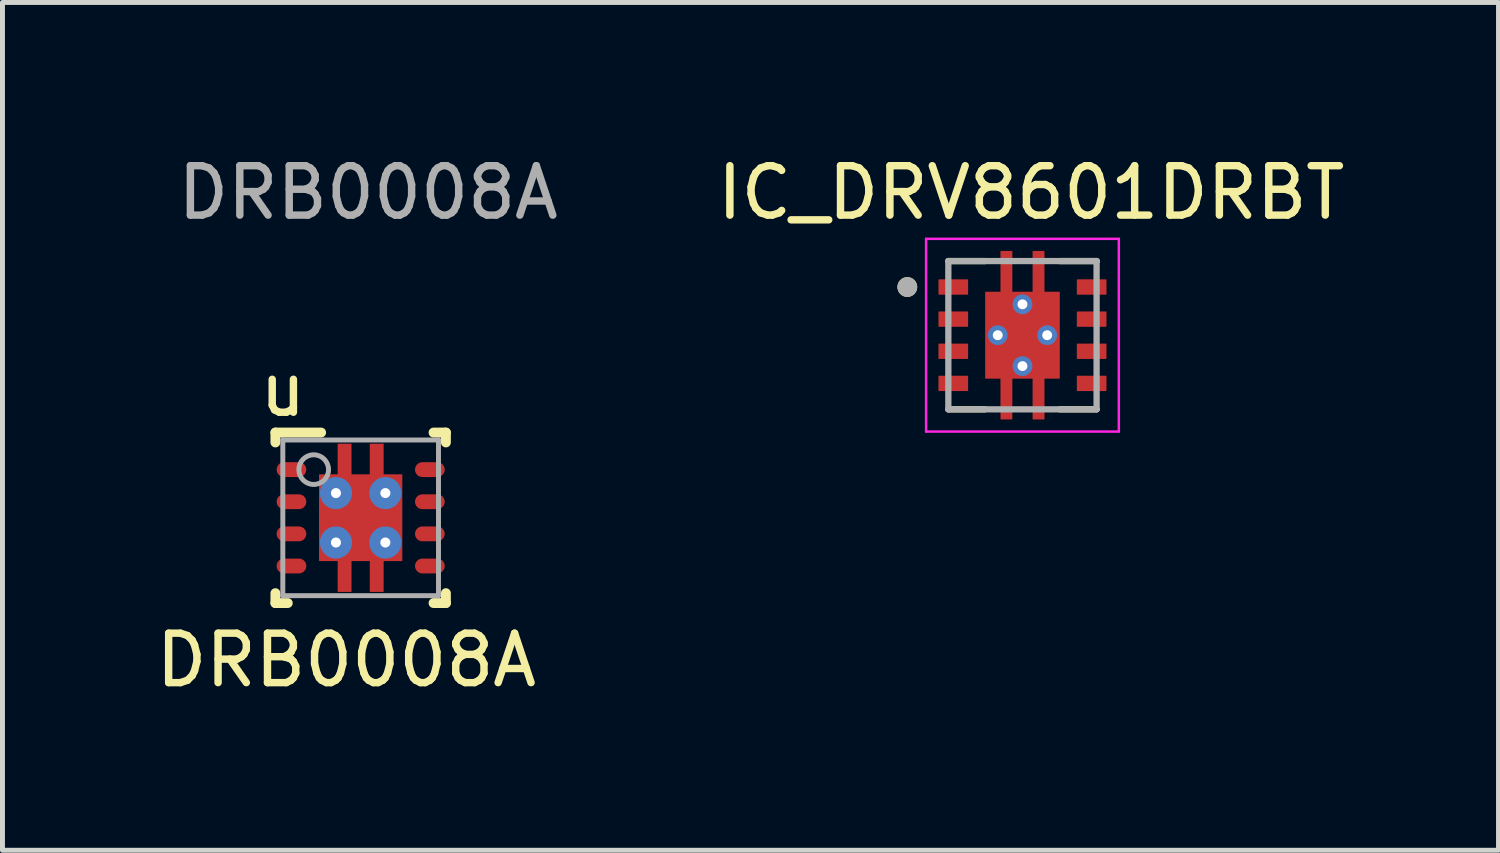
<source format=kicad_pcb>
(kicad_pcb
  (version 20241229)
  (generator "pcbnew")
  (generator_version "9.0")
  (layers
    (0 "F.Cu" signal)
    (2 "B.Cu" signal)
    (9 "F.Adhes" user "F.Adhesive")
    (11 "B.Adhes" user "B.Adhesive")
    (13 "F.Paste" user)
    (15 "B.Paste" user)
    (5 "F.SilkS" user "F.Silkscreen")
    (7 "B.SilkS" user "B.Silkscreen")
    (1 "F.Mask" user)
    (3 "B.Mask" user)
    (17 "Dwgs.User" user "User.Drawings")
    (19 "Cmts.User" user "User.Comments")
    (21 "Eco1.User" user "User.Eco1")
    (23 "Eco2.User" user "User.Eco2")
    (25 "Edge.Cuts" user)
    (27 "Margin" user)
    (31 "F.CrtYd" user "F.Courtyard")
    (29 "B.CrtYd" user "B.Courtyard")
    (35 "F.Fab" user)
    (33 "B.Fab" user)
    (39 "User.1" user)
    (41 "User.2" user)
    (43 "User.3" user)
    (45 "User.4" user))
  (footprint "IC_DRV8601DRBT"
    (layer "F.Cu")
    (at 17.64 3.733)
    (property "Reference" "IC_DRV8601DRBT" (at 0.175 -2.885 0) (layer "F.SilkS") (effects (font (size 1 1) (thickness 0.15))))
    (attr smd)
    (fp_poly (pts (xy -1.77 -1.2) (xy -1.03 -1.2) (xy -1.03 -0.75) (xy -1.77 -0.75)) (stroke (width 0.01) (type solid)) (fill yes) (layer "F.Mask"))
    (fp_poly (pts (xy -1.77 -0.55) (xy -1.03 -0.55) (xy -1.03 -0.1) (xy -1.77 -0.1)) (stroke (width 0.01) (type solid)) (fill yes) (layer "F.Mask"))
    (fp_poly (pts (xy -1.77 0.1) (xy -1.03 0.1) (xy -1.03 0.55) (xy -1.77 0.55)) (stroke (width 0.01) (type solid)) (fill yes) (layer "F.Mask"))
    (fp_poly (pts (xy -1.77 0.75) (xy -1.03 0.75) (xy -1.03 1.2) (xy -1.77 1.2)) (stroke (width 0.01) (type solid)) (fill yes) (layer "F.Mask"))
    (fp_poly (pts (xy 1.03 -1.2) (xy 1.77 -1.2) (xy 1.77 -0.75) (xy 1.03 -0.75)) (stroke (width 0.01) (type solid)) (fill yes) (layer "F.Mask"))
    (fp_poly (pts (xy 1.03 -0.55) (xy 1.77 -0.55) (xy 1.77 -0.1) (xy 1.03 -0.1)) (stroke (width 0.01) (type solid)) (fill yes) (layer "F.Mask"))
    (fp_poly (pts (xy 1.03 0.1) (xy 1.77 0.1) (xy 1.77 0.55) (xy 1.03 0.55)) (stroke (width 0.01) (type solid)) (fill yes) (layer "F.Mask"))
    (fp_poly (pts (xy 1.03 0.75) (xy 1.77 0.75) (xy 1.77 1.2) (xy 1.03 1.2)) (stroke (width 0.01) (type solid)) (fill yes) (layer "F.Mask"))
    (fp_poly (pts (xy -0.82 -0.945) (xy -0.51 -0.945) (xy -0.51 -1.77) (xy -0.14 -1.77) (xy -0.14 -0.945) (xy 0.14 -0.945) (xy 0.14 -1.77) (xy 0.51 -1.77) (xy 0.51 -0.945) (xy 0.82 -0.945) (xy 0.82 0.945) (xy 0.51 0.945) (xy 0.51 1.77) (xy 0.14 1.77) (xy 0.14 0.945) (xy -0.14 0.945) (xy -0.14 1.77) (xy -0.51 1.77) (xy -0.51 0.945) (xy -0.82 0.945)) (stroke (width 0.01) (type solid)) (fill yes) (layer "F.Mask"))
    (fp_line (start -1.5 -1.5) (end -0.76 -1.5) (stroke (width 0.127) (type solid)) (layer "F.SilkS"))
    (fp_line (start -1.5 1.5) (end -0.76 1.5) (stroke (width 0.127) (type solid)) (layer "F.SilkS"))
    (fp_line (start 0.76 -1.5) (end 1.5 -1.5) (stroke (width 0.127) (type solid)) (layer "F.SilkS"))
    (fp_line (start 0.76 1.5) (end 1.5 1.5) (stroke (width 0.127) (type solid)) (layer "F.SilkS"))
    (fp_circle (center -2.33 -0.975) (end -2.23 -0.975) (stroke (width 0.2) (type solid)) (fill no) (layer "F.SilkS"))
    (fp_poly (pts (xy -0.67 -0.775) (xy 0.67 -0.775) (xy 0.67 0.775) (xy -0.67 0.775)) (stroke (width 0.01) (type solid)) (fill yes) (layer "F.Paste"))
    (fp_poly (pts (xy -0.44 -1.7) (xy -0.21 -1.7) (xy -0.21 -0.975) (xy -0.44 -0.975)) (stroke (width 0.01) (type solid)) (fill yes) (layer "F.Paste"))
    (fp_poly (pts (xy -0.21 1.7) (xy -0.44 1.7) (xy -0.44 0.975) (xy -0.21 0.975)) (stroke (width 0.01) (type solid)) (fill yes) (layer "F.Paste"))
    (fp_poly (pts (xy 0.21 -1.7) (xy 0.44 -1.7) (xy 0.44 -0.975) (xy 0.21 -0.975)) (stroke (width 0.01) (type solid)) (fill yes) (layer "F.Paste"))
    (fp_poly (pts (xy 0.44 1.7) (xy 0.21 1.7) (xy 0.21 0.975) (xy 0.44 0.975)) (stroke (width 0.01) (type solid)) (fill yes) (layer "F.Paste"))
    (fp_line (start -1.95 -1.95) (end -1.95 1.95) (stroke (width 0.05) (type solid)) (layer "F.CrtYd"))
    (fp_line (start -1.95 -1.95) (end 1.95 -1.95) (stroke (width 0.05) (type solid)) (layer "F.CrtYd"))
    (fp_line (start -1.95 1.95) (end 1.95 1.95) (stroke (width 0.05) (type solid)) (layer "F.CrtYd"))
    (fp_line (start 1.95 -1.95) (end 1.95 1.95) (stroke (width 0.05) (type solid)) (layer "F.CrtYd"))
    (fp_line (start -1.5 -1.5) (end -1.5 1.5) (stroke (width 0.127) (type solid)) (layer "F.Fab"))
    (fp_line (start -1.5 -1.5) (end 1.5 -1.5) (stroke (width 0.127) (type solid)) (layer "F.Fab"))
    (fp_line (start -1.5 1.5) (end 1.5 1.5) (stroke (width 0.127) (type solid)) (layer "F.Fab"))
    (fp_line (start 1.5 -1.5) (end 1.5 1.5) (stroke (width 0.127) (type solid)) (layer "F.Fab"))
    (fp_circle (center -2.33 -0.975) (end -2.23 -0.975) (stroke (width 0.2) (type solid)) (fill no) (layer "F.Fab"))
    (pad "1" smd roundrect (at -1.4 -0.975) (size 0.6 0.31) (layers "F.Cu" "F.Paste") (roundrect_rratio 0.04))
    (pad "2" smd roundrect (at -1.4 -0.325) (size 0.6 0.31) (layers "F.Cu" "F.Paste") (roundrect_rratio 0.04))
    (pad "3" smd roundrect (at -1.4 0.325) (size 0.6 0.31) (layers "F.Cu" "F.Paste") (roundrect_rratio 0.04))
    (pad "4" smd roundrect (at -1.4 0.975) (size 0.6 0.31) (layers "F.Cu" "F.Paste") (roundrect_rratio 0.04))
    (pad "5" smd roundrect (at 1.4 0.975) (size 0.6 0.31) (layers "F.Cu" "F.Paste") (roundrect_rratio 0.04))
    (pad "6" smd roundrect (at 1.4 0.325) (size 0.6 0.31) (layers "F.Cu" "F.Paste") (roundrect_rratio 0.04))
    (pad "7" smd roundrect (at 1.4 -0.325) (size 0.6 0.31) (layers "F.Cu" "F.Paste") (roundrect_rratio 0.04))
    (pad "8" smd roundrect (at 1.4 -0.975) (size 0.6 0.31) (layers "F.Cu" "F.Paste") (roundrect_rratio 0.04))
    (pad "9" smd custom (at 0 0) (size 1.5 1.75) (layers "F.Cu") (options (anchor rect)) (primitives (gr_poly (pts (xy -0.75 -0.875) (xy -0.44 -0.875) (xy -0.44 -1.7) (xy -0.21 -1.7) (xy -0.21 -0.875) (xy 0.21 -0.875) (xy 0.21 -1.7) (xy 0.44 -1.7) (xy 0.44 -0.875) (xy 0.75 -0.875) (xy 0.75 0.875) (xy 0.44 0.875) (xy 0.44 1.7) (xy 0.21 1.7) (xy 0.21 0.875) (xy -0.21 0.875) (xy -0.21 1.7) (xy -0.44 1.7) (xy -0.44 0.875) (xy -0.75 0.875)) (width 0.01) (fill yes))))
    (pad "10" thru_hole circle (at 0 -0.625) (size 0.4 0.4) (drill 0.2) (layers "*.Cu"))
    (pad "11" thru_hole circle (at 0.5 0) (size 0.4 0.4) (drill 0.2) (layers "*.Cu"))
    (pad "12" thru_hole circle (at -0.5 0) (size 0.4 0.4) (drill 0.2) (layers "*.Cu"))
    (pad "13" thru_hole circle (at 0 0.625) (size 0.4 0.4) (drill 0.2) (layers "*.Cu")))
  (footprint "DRB0008A"
    (layer "F.Cu")
    (at 4.248 7.428)
    (property "Reference" "DRB0008A" (at -0.29 2.88 0) (unlocked yes) (layer "F.SilkS") (effects (font (size 1 1) (thickness 0.15))))
    (attr smd)
    (fp_poly (pts (xy -0.465 1.5) (xy -0.465 0.875) (xy -0.84 0.875) (xy -0.84 -0.875) (xy -0.465 -0.875) (xy -0.465 -1.5) (xy -0.185 -1.5) (xy -0.185 -0.875) (xy 0.185 -0.875) (xy 0.185 -1.5) (xy 0.465 -1.5) (xy 0.465 -0.875) (xy 0.84 -0.875) (xy 0.84 0.875) (xy 0.465 0.875) (xy 0.465 1.5) (xy 0.185 1.5) (xy 0.185 0.875) (xy -0.185 0.875) (xy -0.185 1.5)) (stroke (width 0) (type solid)) (fill yes) (layer "F.Cu"))
    (fp_line (start -1.725 1.725) (end -1.725 1.525) (stroke (width 0.2) (type solid)) (layer "F.SilkS"))
    (fp_line (start -1.725 -1.725) (end -0.8 -1.725) (stroke (width 0.2) (type solid)) (layer "F.SilkS"))
    (fp_line (start -1.725 -1.525) (end -1.725 -1.725) (stroke (width 0.2) (type solid)) (layer "F.SilkS"))
    (fp_line (start -1.725 1.725) (end -1.475 1.725) (stroke (width 0.2) (type solid)) (layer "F.SilkS"))
    (fp_line (start 1.475 -1.725) (end 1.725 -1.725) (stroke (width 0.2) (type solid)) (layer "F.SilkS"))
    (fp_line (start 1.475 1.725) (end 1.725 1.725) (stroke (width 0.2) (type solid)) (layer "F.SilkS"))
    (fp_line (start 1.725 -1.525) (end 1.725 -1.725) (stroke (width 0.2) (type solid)) (layer "F.SilkS"))
    (fp_line (start 1.725 1.725) (end 1.725 1.525) (stroke (width 0.2) (type solid)) (layer "F.SilkS"))
    (fp_poly (pts (xy -0.691 0.792) (xy 0.692 0.792) (xy 0.692 -0.792) (xy -0.691 -0.792)) (stroke (width 0) (type solid)) (fill yes) (layer "F.Paste"))
    (fp_line (start -1.575 -1.575) (end 1.575 -1.575) (stroke (width 0.1) (type solid)) (layer "F.Fab"))
    (fp_line (start -1.575 1.575) (end -1.575 -1.575) (stroke (width 0.1) (type solid)) (layer "F.Fab"))
    (fp_line (start -1.575 1.575) (end 1.575 1.575) (stroke (width 0.1) (type solid)) (layer "F.Fab"))
    (fp_line (start 1.575 1.575) (end 1.575 -1.575) (stroke (width 0.1) (type solid)) (layer "F.Fab"))
    (fp_circle (center -0.95 -0.975) (end -0.65 -0.975) (stroke (width 0.1) (type solid)) (fill no) (layer "F.Fab"))
    (fp_text user "u" (at -1.575 -2.591 0) (unlocked yes) (layer "F.SilkS") (effects (font (size 1 1) (thickness 0.15))))
    (fp_text user "${REFERENCE}" (at 0.15 -6.58 0) (unlocked yes) (layer "F.Fab") (effects (font (size 1 1) (thickness 0.15))))
    (pad "1" smd oval (at -1.4 -0.975 90) (size 0.3 0.6) (layers "F.Cu" "F.Mask" "F.Paste"))
    (pad "2" smd oval (at -1.4 -0.325 90) (size 0.3 0.6) (layers "F.Cu" "F.Mask" "F.Paste"))
    (pad "3" smd oval (at -1.4 0.325 90) (size 0.3 0.6) (layers "F.Cu" "F.Mask" "F.Paste"))
    (pad "4" smd oval (at -1.4 0.975 90) (size 0.3 0.6) (layers "F.Cu" "F.Mask" "F.Paste"))
    (pad "5" smd oval (at 1.4 0.975 90) (size 0.3 0.6) (layers "F.Cu" "F.Mask" "F.Paste"))
    (pad "6" smd oval (at 1.4 0.325 90) (size 0.3 0.6) (layers "F.Cu" "F.Mask" "F.Paste"))
    (pad "7" smd oval (at 1.4 -0.325 90) (size 0.3 0.6) (layers "F.Cu" "F.Mask" "F.Paste"))
    (pad "8" smd oval (at 1.4 -0.975 90) (size 0.3 0.6) (layers "F.Cu" "F.Mask" "F.Paste"))
    (pad "9" smd rect (at 0 -0.000001) (size 1.68 1.75) (layers "F.Cu" "F.Mask"))
    (pad "V" thru_hole circle (at -0.5 -0.5) (size 0.65 0.65) (drill 0.203) (layers "*.Cu" "*.Mask"))
    (pad "V" thru_hole circle (at -0.5 0.5) (size 0.65 0.65) (drill 0.203) (layers "*.Cu" "*.Mask"))
    (pad "V" thru_hole circle (at 0.5 -0.5) (size 0.65 0.65) (drill 0.203) (layers "*.Cu" "*.Mask"))
    (pad "V" thru_hole circle (at 0.5 0.5) (size 0.65 0.65) (drill 0.203) (layers "*.Cu" "*.Mask")))
  (gr_rect
    (start -3 -3)
    (end 27.273 14.156)
    (stroke (width 0.1) (type default))
    (fill no)
    (layer "Edge.Cuts")))
</source>
